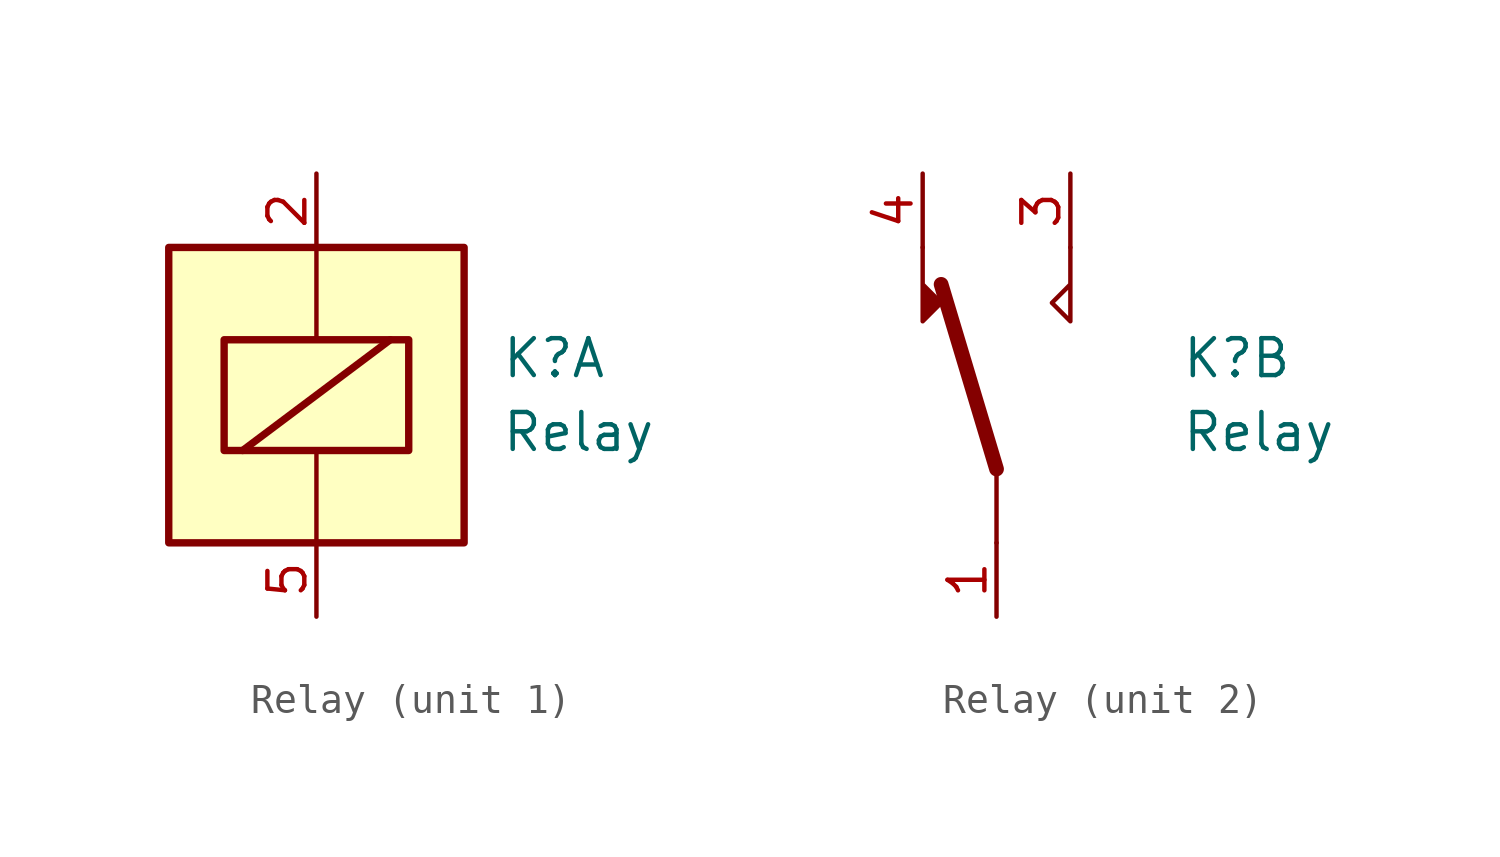
<source format=kicad_sym>
(kicad_symbol_lib
  (version 20241209)
  (generator "kicad_symbol_editor")
  (generator_version "9.0")
  (symbol "Relay"
    (property "Reference" "K"
      (at 6.35 1.27 0)
      (effects (font (size 1.27 1.27)) (justify left)))
    (property "Value" "Relay"
      (at 6.35 -1.27 0)
      (effects (font (size 1.27 1.27)) (justify left)))
    (property "ki_locked" ""
      (at 0 0 0)
      (effects (font (size 1.27 1.27))))
    (symbol "Relay_1_1"
      (rectangle (start -5.08 5.08) (end 5.08 -5.08) (stroke (width 0.254) (type default)) (fill (type background)))
      (rectangle (start -3.175 1.905) (end 3.175 -1.905) (stroke (width 0.254) (type default)) (fill (type none)))
      (polyline (pts (xy -2.54 -1.905) (xy 2.54 1.905)) (stroke (width 0.254) (type default)) (fill (type none)))
      (polyline (pts (xy 0 5.08) (xy 0 1.905)) (stroke (width 0) (type default)) (fill (type none)))
      (polyline (pts (xy 0 -5.08) (xy 0 -1.905)) (stroke (width 0) (type default)) (fill (type none)))
      (pin passive line (at 0 7.62 270) (length 2.54) (name "~" (effects (font (size 1.27 1.27)))) (number "2" (effects (font (size 1.27 1.27)))))
      (pin passive line (at 0 -7.62 90) (length 2.54) (name "~" (effects (font (size 1.27 1.27)))) (number "5" (effects (font (size 1.27 1.27))))))
    (symbol "Relay_2_1"
      (polyline (pts (xy -2.54 5.08) (xy -2.54 2.54) (xy -1.905 3.175) (xy -2.54 3.81)) (stroke (width 0) (type default)) (fill (type outline)))
      (polyline (pts (xy 0 -2.54) (xy -1.905 3.81)) (stroke (width 0.508) (type default)) (fill (type none)))
      (polyline (pts (xy 0 -2.54) (xy 0 -5.08)) (stroke (width 0) (type default)) (fill (type none)))
      (polyline (pts (xy 2.54 5.08) (xy 2.54 2.54) (xy 1.905 3.175) (xy 2.54 3.81)) (stroke (width 0) (type default)) (fill (type none)))
      (pin passive line (at -2.54 7.62 270) (length 2.54) (name "~" (effects (font (size 1.27 1.27)))) (number "4" (effects (font (size 1.27 1.27)))))
      (pin passive line (at 0 -7.62 90) (length 2.54) (name "~" (effects (font (size 1.27 1.27)))) (number "1" (effects (font (size 1.27 1.27)))))
      (pin passive line (at 2.54 7.62 270) (length 2.54) (name "~" (effects (font (size 1.27 1.27)))) (number "3" (effects (font (size 1.27 1.27))))))))
</source>
